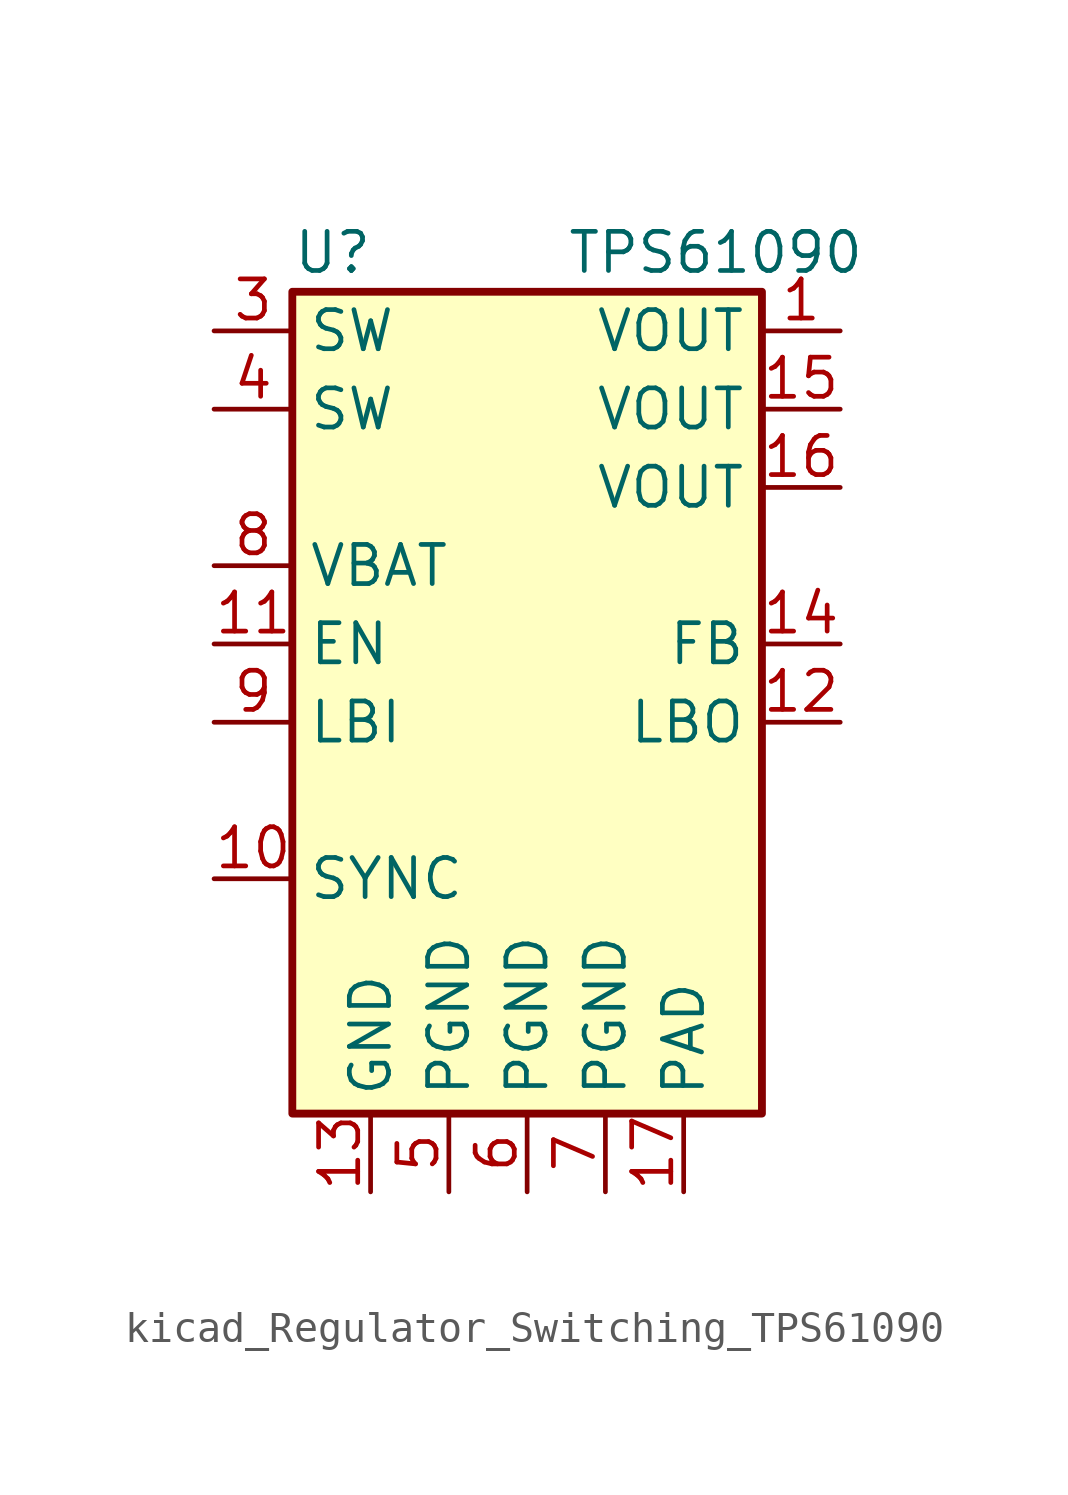
<source format=kicad_sym>
(kicad_symbol_lib
  (version 20220914)
  (generator kicad_symbol_editor)
  (symbol "kicad_Regulator_Switching_TPS61090"
    (property "Reference" "U"
      (at -7.62 15.24 0)
      (effects (font (size 1.27 1.27)) (justify left)))
    (property "Value" "TPS61090"
      (at 1.27 15.24 0)
      (effects (font (size 1.27 1.27)) (justify left)))
    (symbol "kicad_Regulator_Switching_TPS61090_0_0"
      (pin power_out line (at 10.16 12.7 180) (length 2.54) (name "VOUT" (effects (font (size 1.27 1.27)))) (number "1" (effects (font (size 1.27 1.27)))))
      (pin input line (at -10.16 -5.08 0) (length 2.54) (name "SYNC" (effects (font (size 1.27 1.27)))) (number "10" (effects (font (size 1.27 1.27)))))
      (pin input line (at -10.16 2.54 0) (length 2.54) (name "EN" (effects (font (size 1.27 1.27)))) (number "11" (effects (font (size 1.27 1.27)))))
      (pin open_collector line (at 10.16 0 180) (length 2.54) (name "LBO" (effects (font (size 1.27 1.27)))) (number "12" (effects (font (size 1.27 1.27)))))
      (pin power_in line (at -5.08 -15.24 90) (length 2.54) (name "GND" (effects (font (size 1.27 1.27)))) (number "13" (effects (font (size 1.27 1.27)))))
      (pin input line (at 10.16 2.54 180) (length 2.54) (name "FB" (effects (font (size 1.27 1.27)))) (number "14" (effects (font (size 1.27 1.27)))))
      (pin passive line (at 10.16 10.16 180) (length 2.54) (name "VOUT" (effects (font (size 1.27 1.27)))) (number "15" (effects (font (size 1.27 1.27)))))
      (pin passive line (at 10.16 7.62 180) (length 2.54) (name "VOUT" (effects (font (size 1.27 1.27)))) (number "16" (effects (font (size 1.27 1.27)))))
      (pin power_in line (at 5.08 -15.24 90) (length 2.54) (name "PAD" (effects (font (size 1.27 1.27)))) (number "17" (effects (font (size 1.27 1.27)))))
      (pin no_connect line (at 10.16 -5.08 180) (length 2.54) hide (name "NC" (effects (font (size 1.27 1.27)))) (number "2" (effects (font (size 1.27 1.27)))))
      (pin passive line (at -10.16 12.7 0) (length 2.54) (name "SW" (effects (font (size 1.27 1.27)))) (number "3" (effects (font (size 1.27 1.27)))))
      (pin passive line (at -10.16 10.16 0) (length 2.54) (name "SW" (effects (font (size 1.27 1.27)))) (number "4" (effects (font (size 1.27 1.27)))))
      (pin power_in line (at -2.54 -15.24 90) (length 2.54) (name "PGND" (effects (font (size 1.27 1.27)))) (number "5" (effects (font (size 1.27 1.27)))))
      (pin power_in line (at 0 -15.24 90) (length 2.54) (name "PGND" (effects (font (size 1.27 1.27)))) (number "6" (effects (font (size 1.27 1.27)))))
      (pin power_in line (at 2.54 -15.24 90) (length 2.54) (name "PGND" (effects (font (size 1.27 1.27)))) (number "7" (effects (font (size 1.27 1.27)))))
      (pin power_in line (at -10.16 5.08 0) (length 2.54) (name "VBAT" (effects (font (size 1.27 1.27)))) (number "8" (effects (font (size 1.27 1.27)))))
      (pin input line (at -10.16 0 0) (length 2.54) (name "LBI" (effects (font (size 1.27 1.27)))) (number "9" (effects (font (size 1.27 1.27))))))
    (symbol "kicad_Regulator_Switching_TPS61090_0_1"
      (rectangle (start -7.62 13.97) (end 7.62 -12.7) (stroke (width 0.254) (type default)) (fill (type background))))))
</source>
